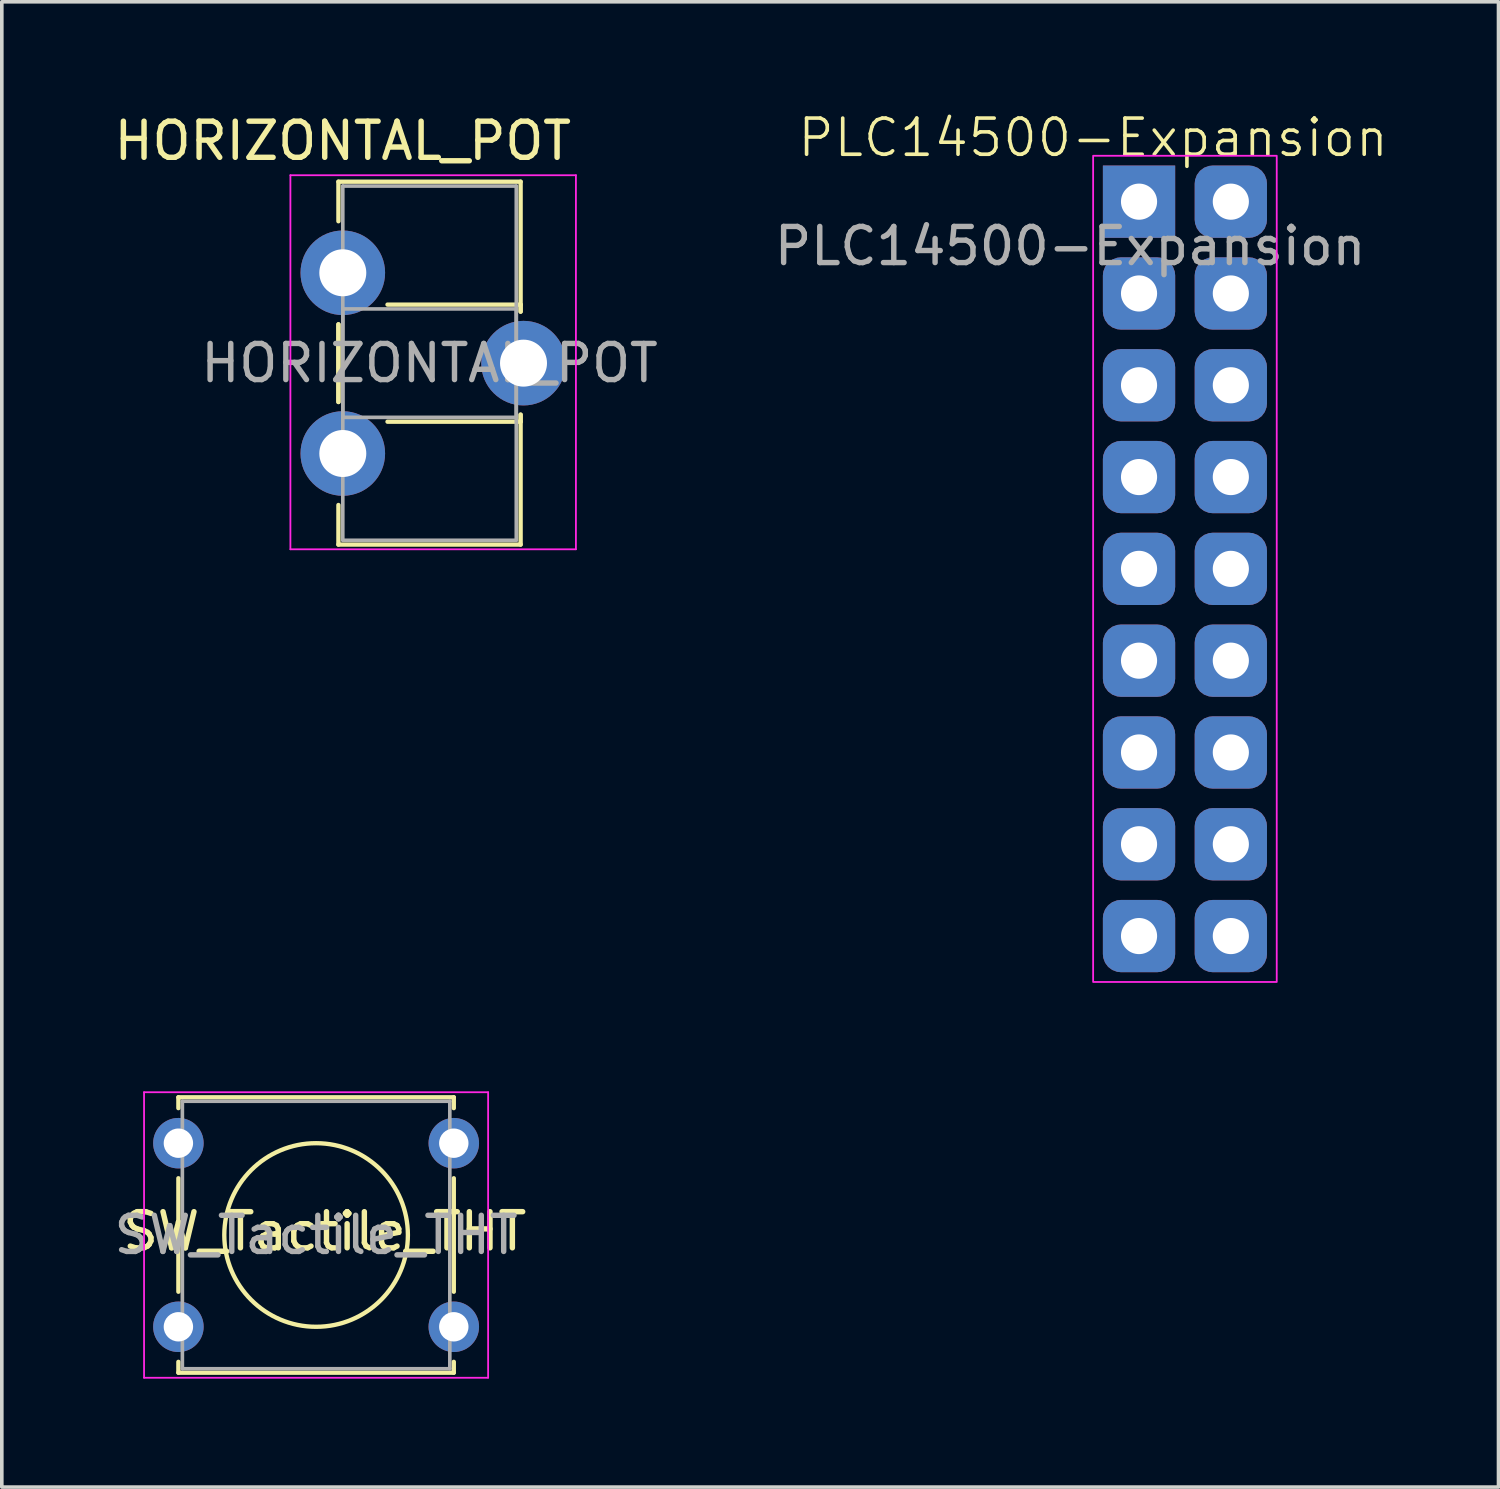
<source format=kicad_pcb>
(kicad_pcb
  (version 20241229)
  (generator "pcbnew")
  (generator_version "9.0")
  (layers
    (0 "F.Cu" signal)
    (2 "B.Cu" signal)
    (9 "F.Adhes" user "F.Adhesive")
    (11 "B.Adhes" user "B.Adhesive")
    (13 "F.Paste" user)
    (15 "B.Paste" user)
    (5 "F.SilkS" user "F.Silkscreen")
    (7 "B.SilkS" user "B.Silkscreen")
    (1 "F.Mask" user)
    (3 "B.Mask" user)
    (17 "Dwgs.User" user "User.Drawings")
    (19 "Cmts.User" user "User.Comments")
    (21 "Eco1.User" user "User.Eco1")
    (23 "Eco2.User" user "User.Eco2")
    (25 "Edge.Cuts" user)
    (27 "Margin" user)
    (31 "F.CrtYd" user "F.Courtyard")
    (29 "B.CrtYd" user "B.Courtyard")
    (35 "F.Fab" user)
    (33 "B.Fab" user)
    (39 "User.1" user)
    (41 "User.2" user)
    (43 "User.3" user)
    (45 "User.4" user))
  (footprint "SW_Tactile_THT"
    (layer "F.Cu")
    (at 1.886 28.581)
    (property "Reference" "SW_Tactile_THT" (at 4.05 2.44 0) (layer "F.SilkS") (effects (font (size 1 1) (thickness 0.15))))
    (attr through_hole)
    (fp_line (start 0 -1.27) (end 0 -0.97) (stroke (width 0.12) (type solid)) (layer "F.SilkS"))
    (fp_line (start 0 -1.27) (end 7.62 -1.27) (stroke (width 0.12) (type solid)) (layer "F.SilkS"))
    (fp_line (start 0 0.97) (end 0 4.11) (stroke (width 0.12) (type solid)) (layer "F.SilkS"))
    (fp_line (start 0 6.05) (end 0 6.35) (stroke (width 0.12) (type solid)) (layer "F.SilkS"))
    (fp_line (start 7.62 -1.27) (end 7.62 -0.97) (stroke (width 0.12) (type solid)) (layer "F.SilkS"))
    (fp_line (start 7.62 0.97) (end 7.62 4.11) (stroke (width 0.12) (type solid)) (layer "F.SilkS"))
    (fp_line (start 7.62 6.05) (end 7.62 6.35) (stroke (width 0.12) (type solid)) (layer "F.SilkS"))
    (fp_line (start 7.62 6.35) (end 0 6.35) (stroke (width 0.12) (type solid)) (layer "F.SilkS"))
    (fp_circle (center 3.81 2.54) (end 3.81 0) (stroke (width 0.12) (type solid)) (fill no) (layer "F.SilkS"))
    (fp_line (start -0.95 -1.41) (end -0.95 6.49) (stroke (width 0.05) (type solid)) (layer "F.CrtYd"))
    (fp_line (start -0.95 -1.41) (end 8.57 -1.41) (stroke (width 0.05) (type solid)) (layer "F.CrtYd"))
    (fp_line (start 8.57 6.49) (end -0.95 6.49) (stroke (width 0.05) (type solid)) (layer "F.CrtYd"))
    (fp_line (start 8.57 6.49) (end 8.57 -1.41) (stroke (width 0.05) (type solid)) (layer "F.CrtYd"))
    (fp_line (start 0.11 -1.16) (end 7.51 -1.16) (stroke (width 0.1) (type solid)) (layer "F.Fab"))
    (fp_line (start 0.11 6.24) (end 0.11 -1.16) (stroke (width 0.1) (type solid)) (layer "F.Fab"))
    (fp_line (start 7.51 -1.16) (end 7.51 6.24) (stroke (width 0.1) (type solid)) (layer "F.Fab"))
    (fp_line (start 7.51 6.24) (end 0.11 6.24) (stroke (width 0.1) (type solid)) (layer "F.Fab"))
    (fp_text user "${REFERENCE}" (at 3.81 2.54 0) (layer "F.Fab") (effects (font (size 1 1) (thickness 0.15))))
    (pad "1" thru_hole circle (at 0 0) (size 1.397 1.397) (drill 0.813) (layers "*.Cu" "*.Mask"))
    (pad "1" thru_hole circle (at 7.62 0) (size 1.397 1.397) (drill 0.813) (layers "*.Cu" "*.Mask"))
    (pad "2" thru_hole circle (at 0 5.08) (size 1.397 1.397) (drill 0.813) (layers "*.Cu" "*.Mask"))
    (pad "2" thru_hole circle (at 7.62 5.08) (size 1.397 1.397) (drill 0.813) (layers "*.Cu" "*.Mask")))
  (footprint "HORIZONTAL_POT"
    (layer "F.Cu")
    (at 6.435 4.498)
    (property "Reference" "HORIZONTAL_POT" (at 0 -3.65 0) (layer "F.SilkS") (effects (font (size 1 1) (thickness 0.15))))
    (attr through_hole)
    (fp_line (start -0.121 -2.521) (end -0.121 -1.426) (stroke (width 0.12) (type solid)) (layer "F.SilkS"))
    (fp_line (start -0.121 -2.521) (end 4.92 -2.521) (stroke (width 0.12) (type solid)) (layer "F.SilkS"))
    (fp_line (start -0.121 1.426) (end -0.121 3.575) (stroke (width 0.12) (type solid)) (layer "F.SilkS"))
    (fp_line (start -0.121 1.426) (end -0.121 3.575) (stroke (width 0.12) (type solid)) (layer "F.SilkS"))
    (fp_line (start -0.121 6.425) (end -0.121 7.52) (stroke (width 0.12) (type solid)) (layer "F.SilkS"))
    (fp_line (start -0.121 7.52) (end 4.92 7.52) (stroke (width 0.12) (type solid)) (layer "F.SilkS"))
    (fp_line (start 1.237 0.88) (end 4.92 0.88) (stroke (width 0.12) (type solid)) (layer "F.SilkS"))
    (fp_line (start 1.237 4.12) (end 4.92 4.12) (stroke (width 0.12) (type solid)) (layer "F.SilkS"))
    (fp_line (start 4.92 -2.521) (end 4.92 1.075) (stroke (width 0.12) (type solid)) (layer "F.SilkS"))
    (fp_line (start 4.92 0.88) (end 4.92 1.075) (stroke (width 0.12) (type solid)) (layer "F.SilkS"))
    (fp_line (start 4.92 3.925) (end 4.92 4.12) (stroke (width 0.12) (type solid)) (layer "F.SilkS"))
    (fp_line (start 4.92 3.925) (end 4.92 7.52) (stroke (width 0.12) (type solid)) (layer "F.SilkS"))
    (fp_line (start -1.45 -2.7) (end -1.45 7.65) (stroke (width 0.05) (type solid)) (layer "F.CrtYd"))
    (fp_line (start -1.45 7.65) (end 6.45 7.65) (stroke (width 0.05) (type solid)) (layer "F.CrtYd"))
    (fp_line (start 6.45 -2.7) (end -1.45 -2.7) (stroke (width 0.05) (type solid)) (layer "F.CrtYd"))
    (fp_line (start 6.45 7.65) (end 6.45 -2.7) (stroke (width 0.05) (type solid)) (layer "F.CrtYd"))
    (fp_line (start 0 -2.4) (end 4.8 -2.4) (stroke (width 0.1) (type solid)) (layer "F.Fab"))
    (fp_line (start 0 1) (end 0 4) (stroke (width 0.1) (type solid)) (layer "F.Fab"))
    (fp_line (start 0 4) (end 4.8 4) (stroke (width 0.1) (type solid)) (layer "F.Fab"))
    (fp_line (start 0 7.4) (end 0 -2.4) (stroke (width 0.1) (type solid)) (layer "F.Fab"))
    (fp_line (start 4.8 -2.4) (end 4.8 7.4) (stroke (width 0.1) (type solid)) (layer "F.Fab"))
    (fp_line (start 4.8 1) (end 0 1) (stroke (width 0.1) (type solid)) (layer "F.Fab"))
    (fp_line (start 4.8 4) (end 4.8 1) (stroke (width 0.1) (type solid)) (layer "F.Fab"))
    (fp_line (start 4.8 7.4) (end 0 7.4) (stroke (width 0.1) (type solid)) (layer "F.Fab"))
    (fp_text user "${REFERENCE}" (at 2.4 2.5 0) (layer "F.Fab") (effects (font (size 1 1) (thickness 0.15))))
    (pad "1" thru_hole circle (at 0 0) (size 2.34 2.34) (drill 1.3) (layers "*.Cu" "*.Mask"))
    (pad "2" thru_hole circle (at 5 2.5) (size 2.34 2.34) (drill 1.3) (layers "*.Cu" "*.Mask"))
    (pad "3" thru_hole circle (at 0 5) (size 2.34 2.34) (drill 1.3) (layers "*.Cu" "*.Mask")))
  (footprint "PLC14500-Expansion"
    (layer "F.Cu")
    (at 27.196 1.26)
    (property "Reference" "PLC14500-Expansion" (at 0 -0.5 0) (unlocked yes) (layer "F.SilkS") (effects (font (size 1 1) (thickness 0.1))))
    (attr smd)
    (fp_rect (start 0 0) (end 5.08 22.86) (stroke (width 0.05) (type default)) (fill no) (layer "F.CrtYd"))
    (fp_text user "${REFERENCE}" (at -0.635 2.5 0) (unlocked yes) (layer "F.Fab") (effects (font (size 1 1) (thickness 0.15))))
    (pad "1" thru_hole rect (at 1.27 1.27) (size 2 2) (drill 1) (layers "*.Cu" "*.Mask"))
    (pad "2" thru_hole roundrect (at 1.27 3.81) (size 2 2) (drill 1) (layers "*.Cu" "*.Mask") (roundrect_rratio 0.25))
    (pad "3" thru_hole roundrect (at 1.27 6.35) (size 2 2) (drill 1) (layers "*.Cu" "*.Mask") (roundrect_rratio 0.25))
    (pad "4" thru_hole roundrect (at 1.27 8.89) (size 2 2) (drill 1) (layers "*.Cu" "*.Mask") (roundrect_rratio 0.25))
    (pad "5" thru_hole roundrect (at 1.27 11.43) (size 2 2) (drill 1) (layers "*.Cu" "*.Mask") (roundrect_rratio 0.25))
    (pad "6" thru_hole roundrect (at 1.27 13.97) (size 2 2) (drill 1) (layers "*.Cu" "*.Mask") (roundrect_rratio 0.25))
    (pad "7" thru_hole roundrect (at 1.27 16.51) (size 2 2) (drill 1) (layers "*.Cu" "*.Mask") (roundrect_rratio 0.25))
    (pad "8" thru_hole roundrect (at 1.27 19.05) (size 2 2) (drill 1) (layers "*.Cu" "*.Mask") (roundrect_rratio 0.25))
    (pad "9" thru_hole roundrect (at 1.27 21.59) (size 2 2) (drill 1) (layers "*.Cu" "*.Mask") (roundrect_rratio 0.25))
    (pad "10" thru_hole roundrect (at 3.81 21.59) (size 2 2) (drill 1) (layers "*.Cu" "*.Mask") (roundrect_rratio 0.25))
    (pad "11" thru_hole roundrect (at 3.81 19.05) (size 2 2) (drill 1) (layers "*.Cu" "*.Mask") (roundrect_rratio 0.25))
    (pad "12" thru_hole roundrect (at 3.81 16.51) (size 2 2) (drill 1) (layers "*.Cu" "*.Mask") (roundrect_rratio 0.25))
    (pad "13" thru_hole roundrect (at 3.81 13.97) (size 2 2) (drill 1) (layers "*.Cu" "*.Mask") (roundrect_rratio 0.25))
    (pad "14" thru_hole roundrect (at 3.81 11.43) (size 2 2) (drill 1) (layers "*.Cu" "*.Mask") (roundrect_rratio 0.25))
    (pad "15" thru_hole roundrect (at 3.81 8.89) (size 2 2) (drill 1) (layers "*.Cu" "*.Mask") (roundrect_rratio 0.25))
    (pad "16" thru_hole roundrect (at 3.81 6.35) (size 2 2) (drill 1) (layers "*.Cu" "*.Mask") (roundrect_rratio 0.25))
    (pad "17" thru_hole roundrect (at 3.81 3.81) (size 2 2) (drill 1) (layers "*.Cu" "*.Mask") (roundrect_rratio 0.25))
    (pad "18" thru_hole roundrect (at 3.81 1.27) (size 2 2) (drill 1) (layers "*.Cu" "*.Mask") (roundrect_rratio 0.25)))
  (gr_rect
    (start -3 -3)
    (end 38.412 38.096)
    (stroke (width 0.1) (type default))
    (fill no)
    (layer "Edge.Cuts")))
</source>
